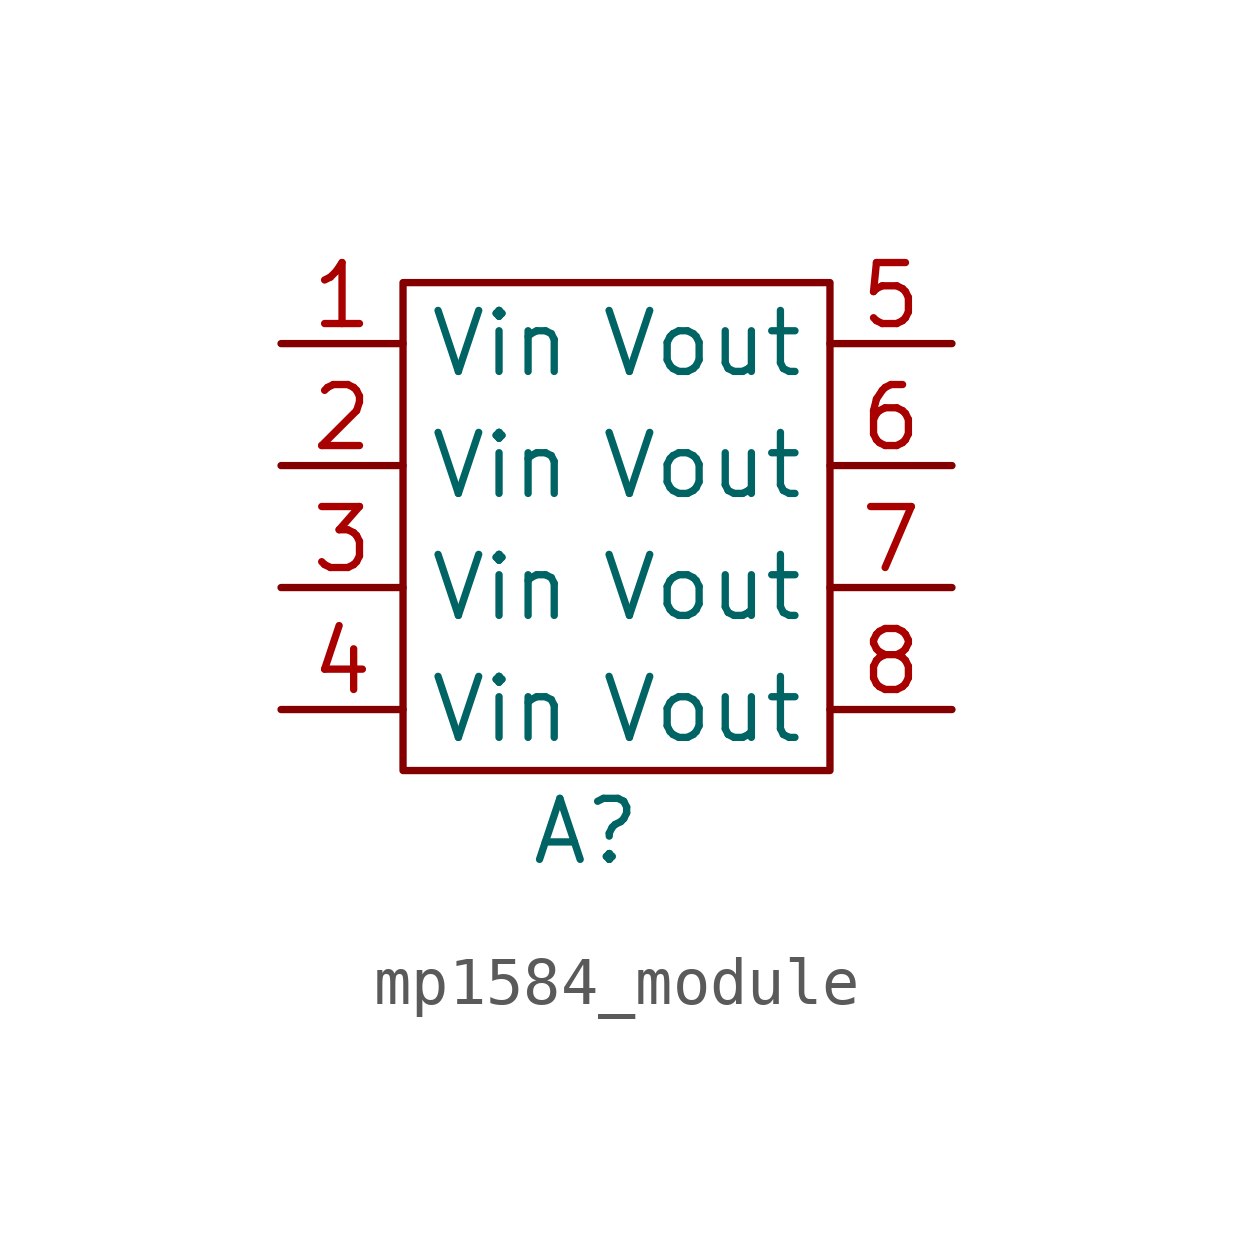
<source format=kicad_sym>
(kicad_symbol_lib
  (version 20220914)
  (generator kicad_symbol_editor)
  (symbol "mp1584_module"
    (power)
    (property "Reference" "A"
      (at 1.27 -2.54 0)
      (effects (font (size 1.27 1.27))))
    (property "Value" ""
      (at 0 0 0)
      (effects (font (size 1.27 1.27))))
    (symbol "mp1584_module_0_1"
      (rectangle (start -2.54 8.89) (end 6.35 -1.27) (stroke (width 0) (type default)) (fill (type none))))
    (symbol "mp1584_module_1_1"
      (pin power_in line (at -5.08 7.62 0) (length 2.54) (name "Vin" (effects (font (size 1.27 1.27)))) (number "1" (effects (font (size 1.27 1.27)))))
      (pin power_in line (at -5.08 5.08 0) (length 2.54) (name "Vin" (effects (font (size 1.27 1.27)))) (number "2" (effects (font (size 1.27 1.27)))))
      (pin power_in line (at -5.08 2.54 0) (length 2.54) (name "Vin" (effects (font (size 1.27 1.27)))) (number "3" (effects (font (size 1.27 1.27)))))
      (pin power_in line (at -5.08 0 0) (length 2.54) (name "Vin" (effects (font (size 1.27 1.27)))) (number "4" (effects (font (size 1.27 1.27)))))
      (pin power_out line (at 8.89 7.62 180) (length 2.54) (name "Vout" (effects (font (size 1.27 1.27)))) (number "5" (effects (font (size 1.27 1.27)))))
      (pin power_out line (at 8.89 5.08 180) (length 2.54) (name "Vout" (effects (font (size 1.27 1.27)))) (number "6" (effects (font (size 1.27 1.27)))))
      (pin power_out line (at 8.89 2.54 180) (length 2.54) (name "Vout" (effects (font (size 1.27 1.27)))) (number "7" (effects (font (size 1.27 1.27)))))
      (pin power_out line (at 8.89 0 180) (length 2.54) (name "Vout" (effects (font (size 1.27 1.27)))) (number "8" (effects (font (size 1.27 1.27))))))))
</source>
